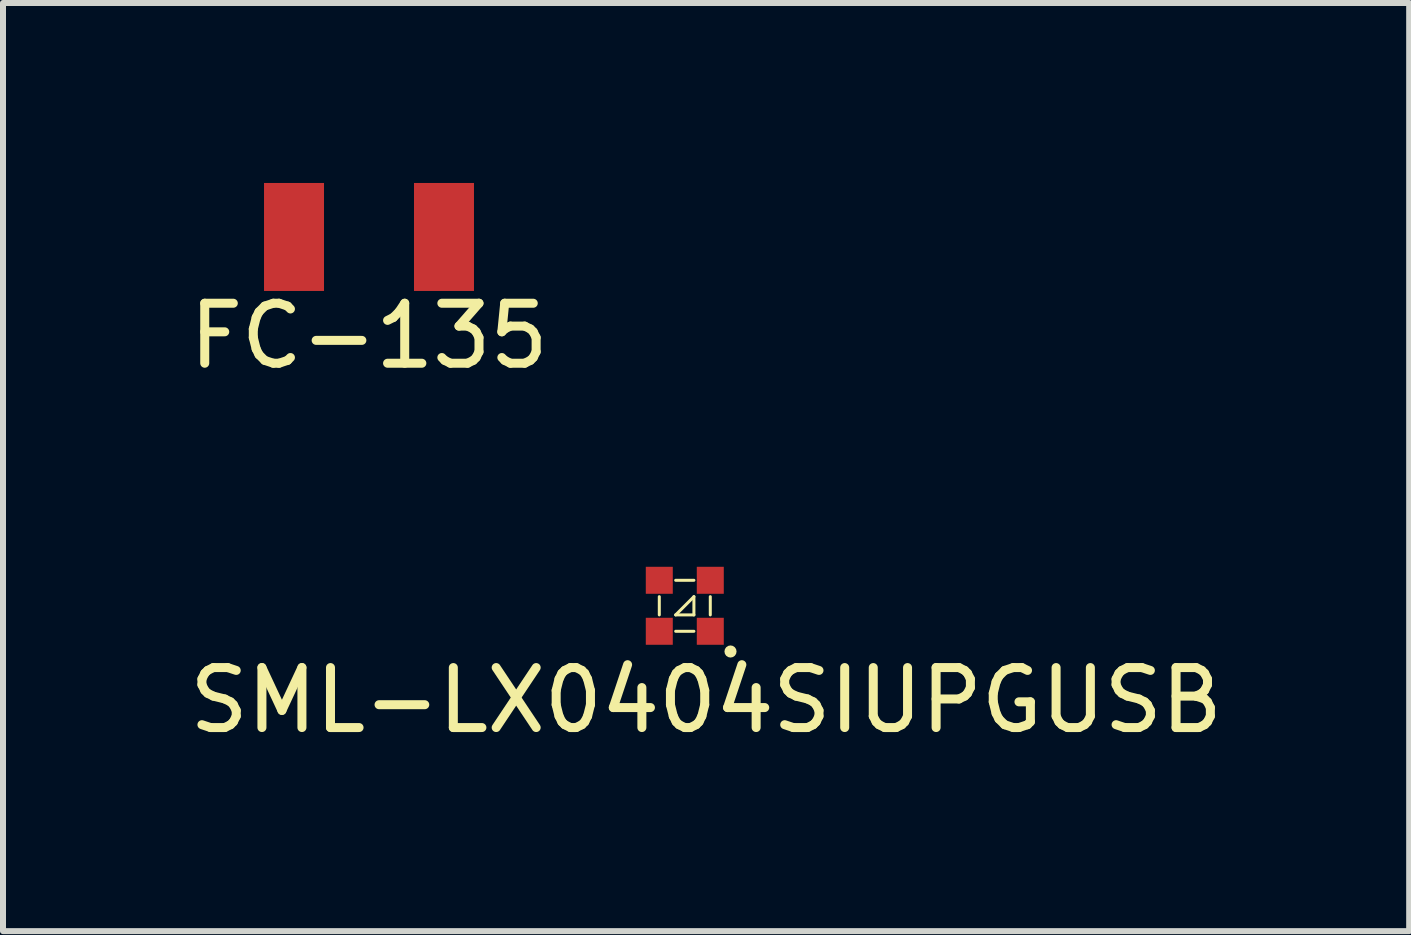
<source format=kicad_pcb>
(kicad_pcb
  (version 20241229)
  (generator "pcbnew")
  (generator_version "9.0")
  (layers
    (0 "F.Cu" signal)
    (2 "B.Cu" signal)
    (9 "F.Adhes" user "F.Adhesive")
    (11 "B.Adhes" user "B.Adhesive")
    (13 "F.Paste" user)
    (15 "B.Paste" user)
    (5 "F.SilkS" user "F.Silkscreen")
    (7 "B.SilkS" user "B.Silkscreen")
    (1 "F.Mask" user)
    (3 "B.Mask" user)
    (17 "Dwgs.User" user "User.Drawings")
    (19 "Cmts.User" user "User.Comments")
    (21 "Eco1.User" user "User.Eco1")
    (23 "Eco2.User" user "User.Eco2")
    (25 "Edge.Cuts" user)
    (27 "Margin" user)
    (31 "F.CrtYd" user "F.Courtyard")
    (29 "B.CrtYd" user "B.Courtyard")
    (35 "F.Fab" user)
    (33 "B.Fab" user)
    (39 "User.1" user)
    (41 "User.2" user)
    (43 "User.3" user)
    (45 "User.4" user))
  (footprint "FC-135"
    (layer "F.Cu")
    (at 3.101 0.9)
    (property "Reference" "FC-135" (at 0 1.65 0) (layer "F.SilkS") (effects (font (size 1 1) (thickness 0.15))))
    (attr through_hole)
    (pad "1" smd rect (at 1.25 0) (size 1 1.8) (layers "F.Cu" "F.Mask" "F.Paste"))
    (pad "2" smd rect (at -1.25 0) (size 1 1.8) (layers "F.Cu" "F.Mask" "F.Paste")))
  (footprint "SML-LX0404SIUPGUSB"
    (layer "F.Cu")
    (at 8.365 7.048)
    (property "Reference" "SML-LX0404SIUPGUSB" (at 0.356 1.575 0) (layer "F.SilkS") (effects (font (size 1 1) (thickness 0.15))))
    (attr through_hole)
    (fp_line (start -0.425 -0.152) (end -0.425 0.152) (stroke (width 0.05) (type solid)) (layer "F.SilkS"))
    (fp_line (start -0.152 -0.425) (end 0.152 -0.425) (stroke (width 0.05) (type solid)) (layer "F.SilkS"))
    (fp_line (start -0.152 0.152) (end 0.152 0.152) (stroke (width 0.05) (type solid)) (layer "F.SilkS"))
    (fp_line (start -0.152 0.425) (end 0.152 0.425) (stroke (width 0.05) (type solid)) (layer "F.SilkS"))
    (fp_line (start 0.152 -0.152) (end -0.152 0.152) (stroke (width 0.05) (type solid)) (layer "F.SilkS"))
    (fp_line (start 0.152 0.152) (end 0.152 -0.152) (stroke (width 0.05) (type solid)) (layer "F.SilkS"))
    (fp_line (start 0.425 -0.152) (end 0.425 0.152) (stroke (width 0.05) (type solid)) (layer "F.SilkS"))
    (fp_circle (center 0.762 0.762) (end 0.762 0.813) (stroke (width 0.1) (type solid)) (fill no) (layer "F.SilkS"))
    (pad "1" smd rect (at 0.425 0.425) (size 0.45 0.45) (layers "F.Cu" "F.Mask" "F.Paste"))
    (pad "2" smd rect (at 0.425 -0.425) (size 0.45 0.45) (layers "F.Cu" "F.Mask" "F.Paste"))
    (pad "3" smd rect (at -0.425 0.425) (size 0.45 0.45) (layers "F.Cu" "F.Mask" "F.Paste"))
    (pad "4" smd rect (at -0.425 -0.425) (size 0.45 0.45) (layers "F.Cu" "F.Mask" "F.Paste")))
  (gr_rect
    (start -3 -3)
    (end 20.44 12.471)
    (stroke (width 0.1) (type default))
    (fill no)
    (layer "Edge.Cuts")))
</source>
